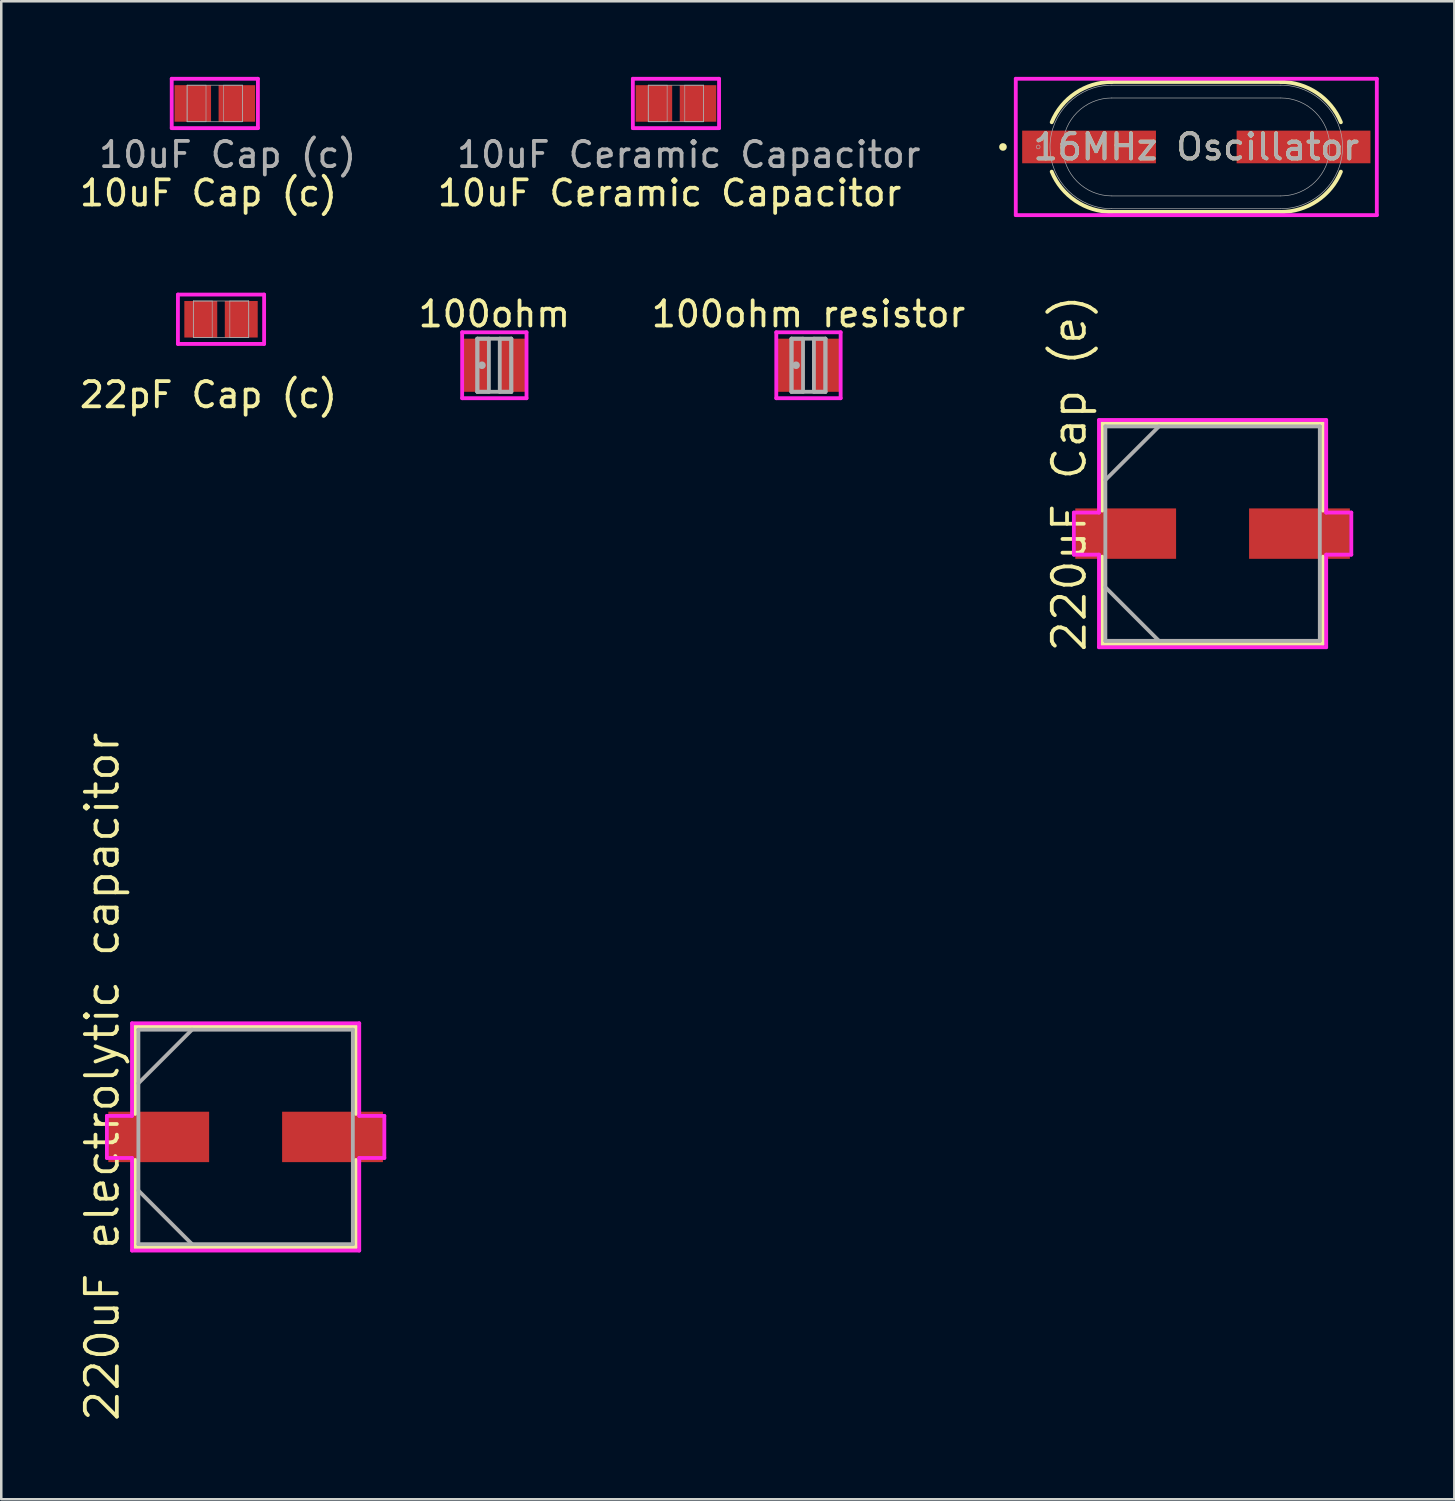
<source format=kicad_pcb>
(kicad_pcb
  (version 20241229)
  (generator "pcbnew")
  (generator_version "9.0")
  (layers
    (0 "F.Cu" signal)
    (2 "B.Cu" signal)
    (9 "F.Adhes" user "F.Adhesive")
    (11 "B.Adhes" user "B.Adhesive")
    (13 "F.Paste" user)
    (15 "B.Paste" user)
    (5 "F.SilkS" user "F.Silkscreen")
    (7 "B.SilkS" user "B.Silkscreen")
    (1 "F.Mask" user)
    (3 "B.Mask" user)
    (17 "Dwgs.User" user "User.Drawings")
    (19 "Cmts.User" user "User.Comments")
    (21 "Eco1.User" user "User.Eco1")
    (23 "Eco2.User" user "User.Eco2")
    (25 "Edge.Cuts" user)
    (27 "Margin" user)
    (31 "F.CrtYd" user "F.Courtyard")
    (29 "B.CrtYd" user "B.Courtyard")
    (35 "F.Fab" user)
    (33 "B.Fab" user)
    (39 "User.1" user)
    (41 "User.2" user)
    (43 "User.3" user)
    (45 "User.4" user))
  (footprint "16MHz Oscillator"
    (layer "F.Cu")
    (at 44.419 2.781)
    (property "Reference" "16MHz Oscillator" (at 0 0 0) (unlocked yes) (layer "F.SilkS") (effects (font (size 1 1) (thickness 0.15))))
    (attr smd)
    (fp_line (start -3.48 -2.578) (end 3.48 -2.578) (stroke (width 0.152) (type solid)) (layer "F.SilkS"))
    (fp_line (start 3.48 2.578) (end -3.48 2.578) (stroke (width 0.152) (type solid)) (layer "F.SilkS"))
    (fp_arc (start -5.737195 -0.98044) (mid -4.787883 -2.14176) (end -3.3528 -2.5781) (stroke (width 0.1524) (type solid)) (layer "F.SilkS"))
    (fp_arc (start -3.352799 2.5781) (mid -4.787883 2.14176) (end -5.737194 0.980441) (stroke (width 0.1524) (type solid)) (layer "F.SilkS"))
    (fp_arc (start 3.3528 -2.5781) (mid 4.787883 -2.14176) (end 5.737195 -0.98044) (stroke (width 0.1524) (type solid)) (layer "F.SilkS"))
    (fp_arc (start 5.737195 0.98044) (mid 4.787883 2.14176) (end 3.3528 2.5781) (stroke (width 0.1524) (type solid)) (layer "F.SilkS"))
    (fp_circle (center -7.671 0) (end -7.595 0) (stroke (width 0.152) (type solid)) (fill no) (layer "F.SilkS"))
    (fp_line (start -7.163 -2.705) (end 7.163 -2.705) (stroke (width 0.152) (type solid)) (layer "F.CrtYd"))
    (fp_line (start -7.163 2.705) (end -7.163 -2.705) (stroke (width 0.152) (type solid)) (layer "F.CrtYd"))
    (fp_line (start 7.163 -2.705) (end 7.163 2.705) (stroke (width 0.152) (type solid)) (layer "F.CrtYd"))
    (fp_line (start 7.163 2.705) (end -7.163 2.705) (stroke (width 0.152) (type solid)) (layer "F.CrtYd"))
    (fp_line (start -3.353 -2.451) (end 3.353 -2.451) (stroke (width 0.025) (type solid)) (layer "F.Fab"))
    (fp_line (start -3.353 -1.943) (end 3.353 -1.943) (stroke (width 0.025) (type solid)) (layer "F.Fab"))
    (fp_line (start 3.353 1.943) (end -3.353 1.943) (stroke (width 0.025) (type solid)) (layer "F.Fab"))
    (fp_line (start 3.353 2.451) (end -3.353 2.451) (stroke (width 0.025) (type solid)) (layer "F.Fab"))
    (fp_arc (start -3.3528 1.9431) (mid -5.2959 0) (end -3.3528 -1.9431) (stroke (width 0.0254) (type solid)) (layer "F.Fab"))
    (fp_arc (start -3.3528 2.4511) (mid -5.8039 0) (end -3.3528 -2.4511) (stroke (width 0.0254) (type solid)) (layer "F.Fab"))
    (fp_arc (start 3.3528 -2.4511) (mid 5.8039 0) (end 3.3528 2.4511) (stroke (width 0.0254) (type solid)) (layer "F.Fab"))
    (fp_arc (start 3.3528 -1.9431) (mid 5.2959 0) (end 3.3528 1.9431) (stroke (width 0.0254) (type solid)) (layer "F.Fab"))
    (fp_circle (center -6.274 0) (end -6.198 0) (stroke (width 0.025) (type solid)) (fill no) (layer "F.Fab"))
    (fp_text user "${REFERENCE}" (at 0 0 0) (unlocked yes) (layer "F.Fab") (effects (font (size 1 1) (thickness 0.15))))
    (pad "1" smd rect (at -4.255 0 90) (size 1.295 5.309) (layers "F.Cu" "F.Mask" "F.Paste"))
    (pad "2" smd rect (at 4.255 0 90) (size 1.295 5.309) (layers "F.Cu" "F.Mask" "F.Paste")))
  (footprint "10uF Cap (c)"
    (layer "F.Cu")
    (at 5.474 1.055)
    (property "Reference" "10uF Cap (c)" (at -0.254 3.556 0) (unlocked yes) (layer "F.SilkS") (effects (font (size 1 1) (thickness 0.15))))
    (attr smd)
    (fp_line (start -1.71 -0.979) (end 1.71 -0.979) (stroke (width 0.152) (type solid)) (layer "F.CrtYd"))
    (fp_line (start -1.71 0.979) (end -1.71 -0.979) (stroke (width 0.152) (type solid)) (layer "F.CrtYd"))
    (fp_line (start 1.71 -0.979) (end 1.71 0.979) (stroke (width 0.152) (type solid)) (layer "F.CrtYd"))
    (fp_line (start 1.71 0.979) (end -1.71 0.979) (stroke (width 0.152) (type solid)) (layer "F.CrtYd"))
    (fp_line (start -1.1 -0.725) (end -1.1 0.725) (stroke (width 0.025) (type solid)) (layer "F.Fab"))
    (fp_line (start -1.1 -0.725) (end -1.1 0.725) (stroke (width 0.025) (type solid)) (layer "F.Fab"))
    (fp_line (start -1.1 0.725) (end -0.35 0.725) (stroke (width 0.025) (type solid)) (layer "F.Fab"))
    (fp_line (start -1.1 0.725) (end 1.1 0.725) (stroke (width 0.025) (type solid)) (layer "F.Fab"))
    (fp_line (start -0.35 -0.725) (end -1.1 -0.725) (stroke (width 0.025) (type solid)) (layer "F.Fab"))
    (fp_line (start -0.35 0.725) (end -0.35 -0.725) (stroke (width 0.025) (type solid)) (layer "F.Fab"))
    (fp_line (start 0.35 -0.725) (end 0.35 0.725) (stroke (width 0.025) (type solid)) (layer "F.Fab"))
    (fp_line (start 0.35 0.725) (end 1.1 0.725) (stroke (width 0.025) (type solid)) (layer "F.Fab"))
    (fp_line (start 1.1 -0.725) (end -1.1 -0.725) (stroke (width 0.025) (type solid)) (layer "F.Fab"))
    (fp_line (start 1.1 -0.725) (end 0.35 -0.725) (stroke (width 0.025) (type solid)) (layer "F.Fab"))
    (fp_line (start 1.1 0.725) (end 1.1 -0.725) (stroke (width 0.025) (type solid)) (layer "F.Fab"))
    (fp_line (start 1.1 0.725) (end 1.1 -0.725) (stroke (width 0.025) (type solid)) (layer "F.Fab"))
    (fp_text user "${REFERENCE}" (at 0.508 2.032 0) (unlocked yes) (layer "F.Fab") (effects (font (size 1 1) (thickness 0.15))))
    (pad "1" smd rect (at -0.875 0) (size 1.45 1.45) (layers "F.Cu" "F.Mask" "F.Paste"))
    (pad "2" smd rect (at 0.875 0) (size 1.45 1.45) (layers "F.Cu" "F.Mask" "F.Paste"))
    (zone (net_name "") (layer "F.Cu") (hatch full 0.508) (connect_pads) (min_thickness 0.254) (filled_areas_thickness no) (keepout (tracks not_allowed) (vias not_allowed) (pads allowed) (copperpour not_allowed) (footprints allowed)) (placement (enabled no)) (fill) (polygon (pts (xy 5.375 0.381) (xy 5.573 0.381) (xy 5.573 1.729) (xy 5.375 1.729)))))
  (footprint "220uF electrolytic capacitor"
    (layer "F.Cu")
    (at 6.696 42.063)
    (property "Reference" "220uF electrolytic capacitor" (at -5.69 -2.388 90) (layer "F.SilkS") (effects (font (size 1.27 1.27) (thickness 0.15))))
    (attr through_hole)
    (fp_line (start -4.381 -4.381) (end -4.381 -0.914) (stroke (width 0.152) (type solid)) (layer "F.SilkS"))
    (fp_line (start -4.381 0.914) (end -4.381 4.381) (stroke (width 0.152) (type solid)) (layer "F.SilkS"))
    (fp_line (start -4.381 4.381) (end 4.381 4.381) (stroke (width 0.152) (type solid)) (layer "F.SilkS"))
    (fp_line (start 4.381 -4.381) (end -4.381 -4.381) (stroke (width 0.152) (type solid)) (layer "F.SilkS"))
    (fp_line (start 4.381 -0.914) (end 4.381 -4.381) (stroke (width 0.152) (type solid)) (layer "F.SilkS"))
    (fp_line (start 4.381 4.381) (end 4.381 0.914) (stroke (width 0.152) (type solid)) (layer "F.SilkS"))
    (fp_line (start -5.504 -0.835) (end -4.508 -0.835) (stroke (width 0.152) (type solid)) (layer "F.CrtYd"))
    (fp_line (start -5.504 0.835) (end -5.504 -0.835) (stroke (width 0.152) (type solid)) (layer "F.CrtYd"))
    (fp_line (start -4.508 -4.508) (end 4.508 -4.508) (stroke (width 0.152) (type solid)) (layer "F.CrtYd"))
    (fp_line (start -4.508 -0.835) (end -4.508 -4.508) (stroke (width 0.152) (type solid)) (layer "F.CrtYd"))
    (fp_line (start -4.508 0.835) (end -5.504 0.835) (stroke (width 0.152) (type solid)) (layer "F.CrtYd"))
    (fp_line (start -4.508 4.508) (end -4.508 0.835) (stroke (width 0.152) (type solid)) (layer "F.CrtYd"))
    (fp_line (start 4.508 -4.508) (end 4.508 -0.835) (stroke (width 0.152) (type solid)) (layer "F.CrtYd"))
    (fp_line (start 4.508 -0.835) (end 5.504 -0.835) (stroke (width 0.152) (type solid)) (layer "F.CrtYd"))
    (fp_line (start 4.508 0.835) (end 4.508 4.508) (stroke (width 0.152) (type solid)) (layer "F.CrtYd"))
    (fp_line (start 4.508 4.508) (end -4.508 4.508) (stroke (width 0.152) (type solid)) (layer "F.CrtYd"))
    (fp_line (start 5.504 -0.835) (end 5.504 0.835) (stroke (width 0.152) (type solid)) (layer "F.CrtYd"))
    (fp_line (start 5.504 0.835) (end 4.508 0.835) (stroke (width 0.152) (type solid)) (layer "F.CrtYd"))
    (fp_line (start -4.255 -4.255) (end -4.255 4.255) (stroke (width 0.152) (type solid)) (layer "F.Fab"))
    (fp_line (start -4.255 -2.127) (end -2.127 -4.255) (stroke (width 0.152) (type solid)) (layer "F.Fab"))
    (fp_line (start -4.255 2.127) (end -2.127 4.255) (stroke (width 0.152) (type solid)) (layer "F.Fab"))
    (fp_line (start -4.255 4.255) (end 4.255 4.255) (stroke (width 0.152) (type solid)) (layer "F.Fab"))
    (fp_line (start 4.255 -4.255) (end -4.255 -4.255) (stroke (width 0.152) (type solid)) (layer "F.Fab"))
    (fp_line (start 4.255 4.255) (end 4.255 -4.255) (stroke (width 0.152) (type solid)) (layer "F.Fab"))
    (pad "1" smd rect (at -3.448 0) (size 4 2) (layers "F.Cu" "F.Mask" "F.Paste"))
    (pad "2" smd rect (at 3.448 0) (size 4 2) (layers "F.Cu" "F.Mask" "F.Paste")))
  (footprint "220uF Cap (e)"
    (layer "F.Cu")
    (at 45.065 18.124)
    (property "Reference" "220uF Cap (e)" (at -5.69 -2.388 90) (layer "F.SilkS") (effects (font (size 1.27 1.27) (thickness 0.15))))
    (attr through_hole)
    (fp_line (start -4.381 -4.381) (end -4.381 -0.914) (stroke (width 0.152) (type solid)) (layer "F.SilkS"))
    (fp_line (start -4.381 0.914) (end -4.381 4.381) (stroke (width 0.152) (type solid)) (layer "F.SilkS"))
    (fp_line (start -4.381 4.381) (end 4.381 4.381) (stroke (width 0.152) (type solid)) (layer "F.SilkS"))
    (fp_line (start 4.381 -4.381) (end -4.381 -4.381) (stroke (width 0.152) (type solid)) (layer "F.SilkS"))
    (fp_line (start 4.381 -0.914) (end 4.381 -4.381) (stroke (width 0.152) (type solid)) (layer "F.SilkS"))
    (fp_line (start 4.381 4.381) (end 4.381 0.914) (stroke (width 0.152) (type solid)) (layer "F.SilkS"))
    (fp_line (start -5.504 -0.835) (end -4.508 -0.835) (stroke (width 0.152) (type solid)) (layer "F.CrtYd"))
    (fp_line (start -5.504 0.835) (end -5.504 -0.835) (stroke (width 0.152) (type solid)) (layer "F.CrtYd"))
    (fp_line (start -4.508 -4.508) (end 4.508 -4.508) (stroke (width 0.152) (type solid)) (layer "F.CrtYd"))
    (fp_line (start -4.508 -0.835) (end -4.508 -4.508) (stroke (width 0.152) (type solid)) (layer "F.CrtYd"))
    (fp_line (start -4.508 0.835) (end -5.504 0.835) (stroke (width 0.152) (type solid)) (layer "F.CrtYd"))
    (fp_line (start -4.508 4.508) (end -4.508 0.835) (stroke (width 0.152) (type solid)) (layer "F.CrtYd"))
    (fp_line (start 4.508 -4.508) (end 4.508 -0.835) (stroke (width 0.152) (type solid)) (layer "F.CrtYd"))
    (fp_line (start 4.508 -0.835) (end 5.504 -0.835) (stroke (width 0.152) (type solid)) (layer "F.CrtYd"))
    (fp_line (start 4.508 0.835) (end 4.508 4.508) (stroke (width 0.152) (type solid)) (layer "F.CrtYd"))
    (fp_line (start 4.508 4.508) (end -4.508 4.508) (stroke (width 0.152) (type solid)) (layer "F.CrtYd"))
    (fp_line (start 5.504 -0.835) (end 5.504 0.835) (stroke (width 0.152) (type solid)) (layer "F.CrtYd"))
    (fp_line (start 5.504 0.835) (end 4.508 0.835) (stroke (width 0.152) (type solid)) (layer "F.CrtYd"))
    (fp_line (start -4.255 -4.255) (end -4.255 4.255) (stroke (width 0.152) (type solid)) (layer "F.Fab"))
    (fp_line (start -4.255 -2.127) (end -2.127 -4.255) (stroke (width 0.152) (type solid)) (layer "F.Fab"))
    (fp_line (start -4.255 2.127) (end -2.127 4.255) (stroke (width 0.152) (type solid)) (layer "F.Fab"))
    (fp_line (start -4.255 4.255) (end 4.255 4.255) (stroke (width 0.152) (type solid)) (layer "F.Fab"))
    (fp_line (start 4.255 -4.255) (end -4.255 -4.255) (stroke (width 0.152) (type solid)) (layer "F.Fab"))
    (fp_line (start 4.255 4.255) (end 4.255 -4.255) (stroke (width 0.152) (type solid)) (layer "F.Fab"))
    (pad "1" smd rect (at -3.448 0) (size 4 2) (layers "F.Cu" "F.Mask" "F.Paste"))
    (pad "2" smd rect (at 3.448 0) (size 4 2) (layers "F.Cu" "F.Mask" "F.Paste")))
  (footprint "100ohm resistor"
    (layer "F.Cu")
    (at 29.03 11.443)
    (property "Reference" "100ohm resistor" (at 0 -2.032 0) (layer "F.SilkS") (effects (font (size 1 1) (thickness 0.15))))
    (attr through_hole)
    (fp_line (start -1.277 -1.308) (end 1.277 -1.308) (stroke (width 0.152) (type solid)) (layer "F.CrtYd"))
    (fp_line (start -1.277 1.308) (end -1.277 -1.308) (stroke (width 0.152) (type solid)) (layer "F.CrtYd"))
    (fp_line (start 1.277 -1.308) (end 1.277 1.308) (stroke (width 0.152) (type solid)) (layer "F.CrtYd"))
    (fp_line (start 1.277 1.308) (end -1.277 1.308) (stroke (width 0.152) (type solid)) (layer "F.CrtYd"))
    (fp_line (start -0.673 -1.054) (end -0.673 1.054) (stroke (width 0.152) (type solid)) (layer "F.Fab"))
    (fp_line (start -0.673 -1.054) (end -0.673 1.054) (stroke (width 0.152) (type solid)) (layer "F.Fab"))
    (fp_line (start -0.673 1.054) (end -0.216 1.054) (stroke (width 0.152) (type solid)) (layer "F.Fab"))
    (fp_line (start -0.673 1.054) (end 0.673 1.054) (stroke (width 0.152) (type solid)) (layer "F.Fab"))
    (fp_line (start -0.216 -1.054) (end -0.673 -1.054) (stroke (width 0.152) (type solid)) (layer "F.Fab"))
    (fp_line (start -0.216 1.054) (end -0.216 -1.054) (stroke (width 0.152) (type solid)) (layer "F.Fab"))
    (fp_line (start 0.216 -1.054) (end 0.216 1.054) (stroke (width 0.152) (type solid)) (layer "F.Fab"))
    (fp_line (start 0.216 1.054) (end 0.673 1.054) (stroke (width 0.152) (type solid)) (layer "F.Fab"))
    (fp_line (start 0.673 -1.054) (end -0.673 -1.054) (stroke (width 0.152) (type solid)) (layer "F.Fab"))
    (fp_line (start 0.673 -1.054) (end 0.216 -1.054) (stroke (width 0.152) (type solid)) (layer "F.Fab"))
    (fp_line (start 0.673 1.054) (end 0.673 -1.054) (stroke (width 0.152) (type solid)) (layer "F.Fab"))
    (fp_line (start 0.673 1.054) (end 0.673 -1.054) (stroke (width 0.152) (type solid)) (layer "F.Fab"))
    (fp_circle (center -0.492 0) (end -0.416 0) (stroke (width 0.152) (type solid)) (fill no) (layer "F.Fab"))
    (pad "1" smd rect (at -0.716 0) (size 1 2.108) (layers "F.Cu" "F.Mask" "F.Paste"))
    (pad "2" smd rect (at 0.716 0) (size 1 2.108) (layers "F.Cu" "F.Mask" "F.Paste")))
  (footprint "22pF Cap (c)"
    (layer "F.Cu")
    (at 5.72 9.618)
    (property "Reference" "22pF Cap (c)" (at -0.5 3 0) (unlocked yes) (layer "F.SilkS") (effects (font (size 1 1) (thickness 0.15))))
    (attr smd)
    (fp_line (start -1.71 -0.979) (end 1.71 -0.979) (stroke (width 0.152) (type solid)) (layer "F.CrtYd"))
    (fp_line (start -1.71 0.979) (end -1.71 -0.979) (stroke (width 0.152) (type solid)) (layer "F.CrtYd"))
    (fp_line (start 1.71 -0.979) (end 1.71 0.979) (stroke (width 0.152) (type solid)) (layer "F.CrtYd"))
    (fp_line (start 1.71 0.979) (end -1.71 0.979) (stroke (width 0.152) (type solid)) (layer "F.CrtYd"))
    (fp_line (start -1.1 -0.725) (end -1.1 0.725) (stroke (width 0.025) (type solid)) (layer "F.Fab"))
    (fp_line (start -1.1 -0.725) (end -1.1 0.725) (stroke (width 0.025) (type solid)) (layer "F.Fab"))
    (fp_line (start -1.1 0.725) (end -0.35 0.725) (stroke (width 0.025) (type solid)) (layer "F.Fab"))
    (fp_line (start -1.1 0.725) (end 1.1 0.725) (stroke (width 0.025) (type solid)) (layer "F.Fab"))
    (fp_line (start -0.35 -0.725) (end -1.1 -0.725) (stroke (width 0.025) (type solid)) (layer "F.Fab"))
    (fp_line (start -0.35 0.725) (end -0.35 -0.725) (stroke (width 0.025) (type solid)) (layer "F.Fab"))
    (fp_line (start 0.35 -0.725) (end 0.35 0.725) (stroke (width 0.025) (type solid)) (layer "F.Fab"))
    (fp_line (start 0.35 0.725) (end 1.1 0.725) (stroke (width 0.025) (type solid)) (layer "F.Fab"))
    (fp_line (start 1.1 -0.725) (end -1.1 -0.725) (stroke (width 0.025) (type solid)) (layer "F.Fab"))
    (fp_line (start 1.1 -0.725) (end 0.35 -0.725) (stroke (width 0.025) (type solid)) (layer "F.Fab"))
    (fp_line (start 1.1 0.725) (end 1.1 -0.725) (stroke (width 0.025) (type solid)) (layer "F.Fab"))
    (fp_line (start 1.1 0.725) (end 1.1 -0.725) (stroke (width 0.025) (type solid)) (layer "F.Fab"))
    (pad "1" smd rect (at -0.803 0) (size 1.306 1.45) (layers "F.Cu" "F.Mask" "F.Paste"))
    (pad "2" smd rect (at 0.803 0) (size 1.306 1.45) (layers "F.Cu" "F.Mask" "F.Paste"))
    (zone (net_name "") (layer "F.Cu") (hatch full 0.508) (connect_pads) (min_thickness 0.254) (filled_areas_thickness no) (keepout (tracks not_allowed) (vias not_allowed) (pads allowed) (copperpour not_allowed) (footprints allowed)) (placement (enabled no)) (fill) (polygon (pts (xy 5.621 8.944) (xy 5.819 8.944) (xy 5.819 10.292) (xy 5.621 10.292)))))
  (footprint "10uF Ceramic Capacitor"
    (layer "F.Cu")
    (at 23.772 1.055)
    (property "Reference" "10uF Ceramic Capacitor" (at -0.254 3.556 0) (unlocked yes) (layer "F.SilkS") (effects (font (size 1 1) (thickness 0.15))))
    (attr smd)
    (fp_line (start -1.71 -0.979) (end 1.71 -0.979) (stroke (width 0.152) (type solid)) (layer "F.CrtYd"))
    (fp_line (start -1.71 0.979) (end -1.71 -0.979) (stroke (width 0.152) (type solid)) (layer "F.CrtYd"))
    (fp_line (start 1.71 -0.979) (end 1.71 0.979) (stroke (width 0.152) (type solid)) (layer "F.CrtYd"))
    (fp_line (start 1.71 0.979) (end -1.71 0.979) (stroke (width 0.152) (type solid)) (layer "F.CrtYd"))
    (fp_line (start -1.1 -0.725) (end -1.1 0.725) (stroke (width 0.025) (type solid)) (layer "F.Fab"))
    (fp_line (start -1.1 -0.725) (end -1.1 0.725) (stroke (width 0.025) (type solid)) (layer "F.Fab"))
    (fp_line (start -1.1 0.725) (end -0.35 0.725) (stroke (width 0.025) (type solid)) (layer "F.Fab"))
    (fp_line (start -1.1 0.725) (end 1.1 0.725) (stroke (width 0.025) (type solid)) (layer "F.Fab"))
    (fp_line (start -0.35 -0.725) (end -1.1 -0.725) (stroke (width 0.025) (type solid)) (layer "F.Fab"))
    (fp_line (start -0.35 0.725) (end -0.35 -0.725) (stroke (width 0.025) (type solid)) (layer "F.Fab"))
    (fp_line (start 0.35 -0.725) (end 0.35 0.725) (stroke (width 0.025) (type solid)) (layer "F.Fab"))
    (fp_line (start 0.35 0.725) (end 1.1 0.725) (stroke (width 0.025) (type solid)) (layer "F.Fab"))
    (fp_line (start 1.1 -0.725) (end -1.1 -0.725) (stroke (width 0.025) (type solid)) (layer "F.Fab"))
    (fp_line (start 1.1 -0.725) (end 0.35 -0.725) (stroke (width 0.025) (type solid)) (layer "F.Fab"))
    (fp_line (start 1.1 0.725) (end 1.1 -0.725) (stroke (width 0.025) (type solid)) (layer "F.Fab"))
    (fp_line (start 1.1 0.725) (end 1.1 -0.725) (stroke (width 0.025) (type solid)) (layer "F.Fab"))
    (fp_text user "${REFERENCE}" (at 0.508 2.032 0) (unlocked yes) (layer "F.Fab") (effects (font (size 1 1) (thickness 0.15))))
    (pad "1" smd rect (at -0.875 0) (size 1.45 1.45) (layers "F.Cu" "F.Mask" "F.Paste"))
    (pad "2" smd rect (at 0.875 0) (size 1.45 1.45) (layers "F.Cu" "F.Mask" "F.Paste"))
    (zone (net_name "") (layer "F.Cu") (hatch full 0.508) (connect_pads) (min_thickness 0.254) (filled_areas_thickness no) (keepout (tracks not_allowed) (vias not_allowed) (pads allowed) (copperpour not_allowed) (footprints allowed)) (placement (enabled no)) (fill) (polygon (pts (xy 23.673 0.381) (xy 23.871 0.381) (xy 23.871 1.729) (xy 23.673 1.729)))))
  (footprint "100ohm"
    (layer "F.Cu")
    (at 16.565 11.443)
    (property "Reference" "100ohm" (at 0 -2.032 0) (layer "F.SilkS") (effects (font (size 1 1) (thickness 0.15))))
    (attr through_hole)
    (fp_line (start -1.277 -1.308) (end 1.277 -1.308) (stroke (width 0.152) (type solid)) (layer "F.CrtYd"))
    (fp_line (start -1.277 1.308) (end -1.277 -1.308) (stroke (width 0.152) (type solid)) (layer "F.CrtYd"))
    (fp_line (start 1.277 -1.308) (end 1.277 1.308) (stroke (width 0.152) (type solid)) (layer "F.CrtYd"))
    (fp_line (start 1.277 1.308) (end -1.277 1.308) (stroke (width 0.152) (type solid)) (layer "F.CrtYd"))
    (fp_line (start -0.673 -1.054) (end -0.673 1.054) (stroke (width 0.152) (type solid)) (layer "F.Fab"))
    (fp_line (start -0.673 -1.054) (end -0.673 1.054) (stroke (width 0.152) (type solid)) (layer "F.Fab"))
    (fp_line (start -0.673 1.054) (end -0.216 1.054) (stroke (width 0.152) (type solid)) (layer "F.Fab"))
    (fp_line (start -0.673 1.054) (end 0.673 1.054) (stroke (width 0.152) (type solid)) (layer "F.Fab"))
    (fp_line (start -0.216 -1.054) (end -0.673 -1.054) (stroke (width 0.152) (type solid)) (layer "F.Fab"))
    (fp_line (start -0.216 1.054) (end -0.216 -1.054) (stroke (width 0.152) (type solid)) (layer "F.Fab"))
    (fp_line (start 0.216 -1.054) (end 0.216 1.054) (stroke (width 0.152) (type solid)) (layer "F.Fab"))
    (fp_line (start 0.216 1.054) (end 0.673 1.054) (stroke (width 0.152) (type solid)) (layer "F.Fab"))
    (fp_line (start 0.673 -1.054) (end -0.673 -1.054) (stroke (width 0.152) (type solid)) (layer "F.Fab"))
    (fp_line (start 0.673 -1.054) (end 0.216 -1.054) (stroke (width 0.152) (type solid)) (layer "F.Fab"))
    (fp_line (start 0.673 1.054) (end 0.673 -1.054) (stroke (width 0.152) (type solid)) (layer "F.Fab"))
    (fp_line (start 0.673 1.054) (end 0.673 -1.054) (stroke (width 0.152) (type solid)) (layer "F.Fab"))
    (fp_circle (center -0.492 0) (end -0.416 0) (stroke (width 0.152) (type solid)) (fill no) (layer "F.Fab"))
    (pad "1" smd rect (at -0.716 0) (size 1 2.108) (layers "F.Cu" "F.Mask" "F.Paste"))
    (pad "2" smd rect (at 0.716 0) (size 1 2.108) (layers "F.Cu" "F.Mask" "F.Paste")))
  (gr_rect
    (start -3 -3)
    (end 54.658 56.441)
    (stroke (width 0.1) (type default))
    (fill no)
    (layer "Edge.Cuts")))
</source>
